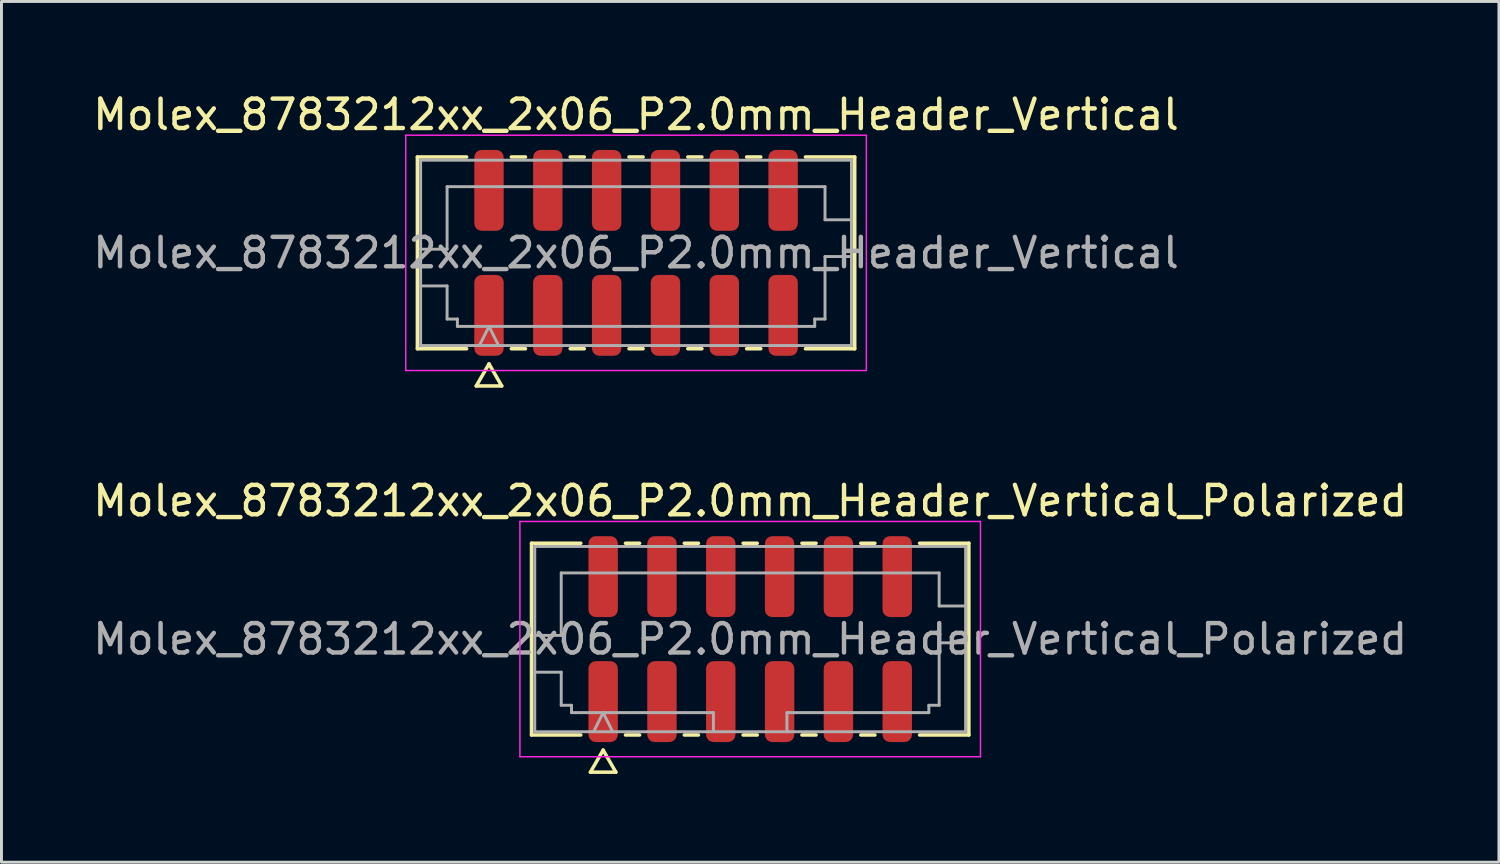
<source format=kicad_pcb>
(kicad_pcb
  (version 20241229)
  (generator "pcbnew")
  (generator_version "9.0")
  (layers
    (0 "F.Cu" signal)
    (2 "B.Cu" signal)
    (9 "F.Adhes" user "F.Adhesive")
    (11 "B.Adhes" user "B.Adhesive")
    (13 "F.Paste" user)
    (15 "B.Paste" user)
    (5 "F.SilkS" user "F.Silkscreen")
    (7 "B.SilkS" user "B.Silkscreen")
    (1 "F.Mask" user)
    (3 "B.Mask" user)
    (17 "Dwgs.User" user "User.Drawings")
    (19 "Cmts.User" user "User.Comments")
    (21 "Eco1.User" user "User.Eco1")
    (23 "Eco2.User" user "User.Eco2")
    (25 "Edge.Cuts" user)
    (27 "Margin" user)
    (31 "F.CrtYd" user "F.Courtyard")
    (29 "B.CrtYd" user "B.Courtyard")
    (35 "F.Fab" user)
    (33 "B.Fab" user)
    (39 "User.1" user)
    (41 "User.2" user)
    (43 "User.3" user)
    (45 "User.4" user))
  (footprint "Molex_8783212xx_2x06_P2.0mm_Header_Vertical"
    (layer "F.Cu")
    (at 18.577 5.548)
    (property "Reference" "Molex_8783212xx_2x06_P2.0mm_Header_Vertical" (at 0 -4.7 0) (layer "F.SilkS") (effects (font (size 1 1) (thickness 0.15))))
    (attr smd)
    (fp_line (start -7.435 -3.26) (end -5.76 -3.26) (stroke (width 0.12) (type solid)) (layer "F.SilkS"))
    (fp_line (start -7.435 3.26) (end -7.435 -3.26) (stroke (width 0.12) (type solid)) (layer "F.SilkS"))
    (fp_line (start -5.76 3.26) (end -7.435 3.26) (stroke (width 0.12) (type solid)) (layer "F.SilkS"))
    (fp_line (start -5.433 4.525) (end -5 3.775) (stroke (width 0.12) (type solid)) (layer "F.SilkS"))
    (fp_line (start -5 3.775) (end -4.567 4.525) (stroke (width 0.12) (type solid)) (layer "F.SilkS"))
    (fp_line (start -4.567 4.525) (end -5.433 4.525) (stroke (width 0.12) (type solid)) (layer "F.SilkS"))
    (fp_line (start -4.24 -3.26) (end -3.76 -3.26) (stroke (width 0.12) (type solid)) (layer "F.SilkS"))
    (fp_line (start -3.76 3.26) (end -4.24 3.26) (stroke (width 0.12) (type solid)) (layer "F.SilkS"))
    (fp_line (start -2.24 -3.26) (end -1.76 -3.26) (stroke (width 0.12) (type solid)) (layer "F.SilkS"))
    (fp_line (start -1.76 3.26) (end -2.24 3.26) (stroke (width 0.12) (type solid)) (layer "F.SilkS"))
    (fp_line (start -0.24 -3.26) (end 0.24 -3.26) (stroke (width 0.12) (type solid)) (layer "F.SilkS"))
    (fp_line (start 0.24 3.26) (end -0.24 3.26) (stroke (width 0.12) (type solid)) (layer "F.SilkS"))
    (fp_line (start 1.76 -3.26) (end 2.24 -3.26) (stroke (width 0.12) (type solid)) (layer "F.SilkS"))
    (fp_line (start 2.24 3.26) (end 1.76 3.26) (stroke (width 0.12) (type solid)) (layer "F.SilkS"))
    (fp_line (start 3.76 -3.26) (end 4.24 -3.26) (stroke (width 0.12) (type solid)) (layer "F.SilkS"))
    (fp_line (start 4.24 3.26) (end 3.76 3.26) (stroke (width 0.12) (type solid)) (layer "F.SilkS"))
    (fp_line (start 5.76 -3.26) (end 7.435 -3.26) (stroke (width 0.12) (type solid)) (layer "F.SilkS"))
    (fp_line (start 7.435 -3.26) (end 7.435 3.26) (stroke (width 0.12) (type solid)) (layer "F.SilkS"))
    (fp_line (start 7.435 3.26) (end 5.76 3.26) (stroke (width 0.12) (type solid)) (layer "F.SilkS"))
    (fp_line (start -7.83 -4) (end -7.83 4) (stroke (width 0.05) (type solid)) (layer "F.CrtYd"))
    (fp_line (start -7.83 4) (end 7.83 4) (stroke (width 0.05) (type solid)) (layer "F.CrtYd"))
    (fp_line (start 7.83 -4) (end -7.83 -4) (stroke (width 0.05) (type solid)) (layer "F.CrtYd"))
    (fp_line (start 7.83 4) (end 7.83 -4) (stroke (width 0.05) (type solid)) (layer "F.CrtYd"))
    (fp_line (start -7.325 -3.15) (end 7.325 -3.15) (stroke (width 0.1) (type solid)) (layer "F.Fab"))
    (fp_line (start -7.325 -0.125) (end -6.425 -0.125) (stroke (width 0.1) (type solid)) (layer "F.Fab"))
    (fp_line (start -7.325 1.125) (end -6.425 1.125) (stroke (width 0.1) (type solid)) (layer "F.Fab"))
    (fp_line (start -7.325 3.15) (end -7.325 -3.15) (stroke (width 0.1) (type solid)) (layer "F.Fab"))
    (fp_line (start -6.425 -2.25) (end 6.425 -2.25) (stroke (width 0.1) (type solid)) (layer "F.Fab"))
    (fp_line (start -6.425 -0.125) (end -6.425 -2.25) (stroke (width 0.1) (type solid)) (layer "F.Fab"))
    (fp_line (start -6.425 1.125) (end -6.425 2.25) (stroke (width 0.1) (type solid)) (layer "F.Fab"))
    (fp_line (start -6.425 2.25) (end -6.075 2.25) (stroke (width 0.1) (type solid)) (layer "F.Fab"))
    (fp_line (start -6.075 2.25) (end -6.075 2.5) (stroke (width 0.1) (type solid)) (layer "F.Fab"))
    (fp_line (start -6.075 2.5) (end 0 2.5) (stroke (width 0.1) (type solid)) (layer "F.Fab"))
    (fp_line (start -5.325 3.15) (end -5 2.5) (stroke (width 0.1) (type solid)) (layer "F.Fab"))
    (fp_line (start -5 2.5) (end -4.675 3.15) (stroke (width 0.1) (type solid)) (layer "F.Fab"))
    (fp_line (start 0 2.5) (end 6.075 2.5) (stroke (width 0.1) (type solid)) (layer "F.Fab"))
    (fp_line (start 6.075 2.25) (end 6.425 2.25) (stroke (width 0.1) (type solid)) (layer "F.Fab"))
    (fp_line (start 6.075 2.5) (end 6.075 2.25) (stroke (width 0.1) (type solid)) (layer "F.Fab"))
    (fp_line (start 6.425 -2.25) (end 6.425 -1.125) (stroke (width 0.1) (type solid)) (layer "F.Fab"))
    (fp_line (start 6.425 -1.125) (end 7.325 -1.125) (stroke (width 0.1) (type solid)) (layer "F.Fab"))
    (fp_line (start 6.425 0.125) (end 7.325 0.125) (stroke (width 0.1) (type solid)) (layer "F.Fab"))
    (fp_line (start 6.425 2.25) (end 6.425 0.125) (stroke (width 0.1) (type solid)) (layer "F.Fab"))
    (fp_line (start 7.325 -3.15) (end 7.325 3.15) (stroke (width 0.1) (type solid)) (layer "F.Fab"))
    (fp_line (start 7.325 3.15) (end -7.325 3.15) (stroke (width 0.1) (type solid)) (layer "F.Fab"))
    (fp_text user "${REFERENCE}" (at 0 0 0) (layer "F.Fab") (effects (font (size 1 1) (thickness 0.15))))
    (pad "1" smd roundrect (at -5 2.125) (size 1 2.75) (layers "F.Cu" "F.Mask" "F.Paste") (roundrect_rratio 0.25))
    (pad "2" smd roundrect (at -5 -2.125) (size 1 2.75) (layers "F.Cu" "F.Mask" "F.Paste") (roundrect_rratio 0.25))
    (pad "3" smd roundrect (at -3 2.125) (size 1 2.75) (layers "F.Cu" "F.Mask" "F.Paste") (roundrect_rratio 0.25))
    (pad "4" smd roundrect (at -3 -2.125) (size 1 2.75) (layers "F.Cu" "F.Mask" "F.Paste") (roundrect_rratio 0.25))
    (pad "5" smd roundrect (at -1 2.125) (size 1 2.75) (layers "F.Cu" "F.Mask" "F.Paste") (roundrect_rratio 0.25))
    (pad "6" smd roundrect (at -1 -2.125) (size 1 2.75) (layers "F.Cu" "F.Mask" "F.Paste") (roundrect_rratio 0.25))
    (pad "7" smd roundrect (at 1 2.125) (size 1 2.75) (layers "F.Cu" "F.Mask" "F.Paste") (roundrect_rratio 0.25))
    (pad "8" smd roundrect (at 1 -2.125) (size 1 2.75) (layers "F.Cu" "F.Mask" "F.Paste") (roundrect_rratio 0.25))
    (pad "9" smd roundrect (at 3 2.125) (size 1 2.75) (layers "F.Cu" "F.Mask" "F.Paste") (roundrect_rratio 0.25))
    (pad "10" smd roundrect (at 3 -2.125) (size 1 2.75) (layers "F.Cu" "F.Mask" "F.Paste") (roundrect_rratio 0.25))
    (pad "11" smd roundrect (at 5 2.125) (size 1 2.75) (layers "F.Cu" "F.Mask" "F.Paste") (roundrect_rratio 0.25))
    (pad "12" smd roundrect (at 5 -2.125) (size 1 2.75) (layers "F.Cu" "F.Mask" "F.Paste") (roundrect_rratio 0.25)))
  (footprint "Molex_8783212xx_2x06_P2.0mm_Header_Vertical_Polarized"
    (layer "F.Cu")
    (at 22.458 18.681)
    (property "Reference" "Molex_8783212xx_2x06_P2.0mm_Header_Vertical_Polarized" (at 0 -4.7 0) (layer "F.SilkS") (effects (font (size 1 1) (thickness 0.15))))
    (attr smd)
    (fp_line (start -7.435 -3.26) (end -5.76 -3.26) (stroke (width 0.12) (type solid)) (layer "F.SilkS"))
    (fp_line (start -7.435 3.26) (end -7.435 -3.26) (stroke (width 0.12) (type solid)) (layer "F.SilkS"))
    (fp_line (start -5.76 3.26) (end -7.435 3.26) (stroke (width 0.12) (type solid)) (layer "F.SilkS"))
    (fp_line (start -5.433 4.525) (end -5 3.775) (stroke (width 0.12) (type solid)) (layer "F.SilkS"))
    (fp_line (start -5 3.775) (end -4.567 4.525) (stroke (width 0.12) (type solid)) (layer "F.SilkS"))
    (fp_line (start -4.567 4.525) (end -5.433 4.525) (stroke (width 0.12) (type solid)) (layer "F.SilkS"))
    (fp_line (start -4.24 -3.26) (end -3.76 -3.26) (stroke (width 0.12) (type solid)) (layer "F.SilkS"))
    (fp_line (start -3.76 3.26) (end -4.24 3.26) (stroke (width 0.12) (type solid)) (layer "F.SilkS"))
    (fp_line (start -2.24 -3.26) (end -1.76 -3.26) (stroke (width 0.12) (type solid)) (layer "F.SilkS"))
    (fp_line (start -1.76 3.26) (end -2.24 3.26) (stroke (width 0.12) (type solid)) (layer "F.SilkS"))
    (fp_line (start -0.24 -3.26) (end 0.24 -3.26) (stroke (width 0.12) (type solid)) (layer "F.SilkS"))
    (fp_line (start 0.24 3.26) (end -0.24 3.26) (stroke (width 0.12) (type solid)) (layer "F.SilkS"))
    (fp_line (start 1.76 -3.26) (end 2.24 -3.26) (stroke (width 0.12) (type solid)) (layer "F.SilkS"))
    (fp_line (start 2.24 3.26) (end 1.76 3.26) (stroke (width 0.12) (type solid)) (layer "F.SilkS"))
    (fp_line (start 3.76 -3.26) (end 4.24 -3.26) (stroke (width 0.12) (type solid)) (layer "F.SilkS"))
    (fp_line (start 4.24 3.26) (end 3.76 3.26) (stroke (width 0.12) (type solid)) (layer "F.SilkS"))
    (fp_line (start 5.76 -3.26) (end 7.435 -3.26) (stroke (width 0.12) (type solid)) (layer "F.SilkS"))
    (fp_line (start 7.435 -3.26) (end 7.435 3.26) (stroke (width 0.12) (type solid)) (layer "F.SilkS"))
    (fp_line (start 7.435 3.26) (end 5.76 3.26) (stroke (width 0.12) (type solid)) (layer "F.SilkS"))
    (fp_line (start -7.83 -4) (end -7.83 4) (stroke (width 0.05) (type solid)) (layer "F.CrtYd"))
    (fp_line (start -7.83 4) (end 7.83 4) (stroke (width 0.05) (type solid)) (layer "F.CrtYd"))
    (fp_line (start 7.83 -4) (end -7.83 -4) (stroke (width 0.05) (type solid)) (layer "F.CrtYd"))
    (fp_line (start 7.83 4) (end 7.83 -4) (stroke (width 0.05) (type solid)) (layer "F.CrtYd"))
    (fp_line (start -7.325 -3.15) (end 7.325 -3.15) (stroke (width 0.1) (type solid)) (layer "F.Fab"))
    (fp_line (start -7.325 -0.125) (end -6.425 -0.125) (stroke (width 0.1) (type solid)) (layer "F.Fab"))
    (fp_line (start -7.325 1.125) (end -6.425 1.125) (stroke (width 0.1) (type solid)) (layer "F.Fab"))
    (fp_line (start -7.325 3.15) (end -7.325 -3.15) (stroke (width 0.1) (type solid)) (layer "F.Fab"))
    (fp_line (start -6.425 -2.25) (end 6.425 -2.25) (stroke (width 0.1) (type solid)) (layer "F.Fab"))
    (fp_line (start -6.425 -0.125) (end -6.425 -2.25) (stroke (width 0.1) (type solid)) (layer "F.Fab"))
    (fp_line (start -6.425 1.125) (end -6.425 2.25) (stroke (width 0.1) (type solid)) (layer "F.Fab"))
    (fp_line (start -6.425 2.25) (end -6.075 2.25) (stroke (width 0.1) (type solid)) (layer "F.Fab"))
    (fp_line (start -6.075 2.25) (end -6.075 2.5) (stroke (width 0.1) (type solid)) (layer "F.Fab"))
    (fp_line (start -6.075 2.5) (end -1.25 2.5) (stroke (width 0.1) (type solid)) (layer "F.Fab"))
    (fp_line (start -5.325 3.15) (end -5 2.5) (stroke (width 0.1) (type solid)) (layer "F.Fab"))
    (fp_line (start -5 2.5) (end -4.675 3.15) (stroke (width 0.1) (type solid)) (layer "F.Fab"))
    (fp_line (start -1.25 2.5) (end -1.25 3.15) (stroke (width 0.1) (type solid)) (layer "F.Fab"))
    (fp_line (start 1.25 2.5) (end 1.25 3.15) (stroke (width 0.1) (type solid)) (layer "F.Fab"))
    (fp_line (start 1.25 2.5) (end 6.075 2.5) (stroke (width 0.1) (type solid)) (layer "F.Fab"))
    (fp_line (start 6.075 2.25) (end 6.425 2.25) (stroke (width 0.1) (type solid)) (layer "F.Fab"))
    (fp_line (start 6.075 2.5) (end 6.075 2.25) (stroke (width 0.1) (type solid)) (layer "F.Fab"))
    (fp_line (start 6.425 -2.25) (end 6.425 -1.125) (stroke (width 0.1) (type solid)) (layer "F.Fab"))
    (fp_line (start 6.425 -1.125) (end 7.325 -1.125) (stroke (width 0.1) (type solid)) (layer "F.Fab"))
    (fp_line (start 6.425 0.125) (end 7.325 0.125) (stroke (width 0.1) (type solid)) (layer "F.Fab"))
    (fp_line (start 6.425 2.25) (end 6.425 0.125) (stroke (width 0.1) (type solid)) (layer "F.Fab"))
    (fp_line (start 7.325 -3.15) (end 7.325 3.15) (stroke (width 0.1) (type solid)) (layer "F.Fab"))
    (fp_line (start 7.325 3.15) (end -7.325 3.15) (stroke (width 0.1) (type solid)) (layer "F.Fab"))
    (fp_text user "${REFERENCE}" (at 0 0 0) (layer "F.Fab") (effects (font (size 1 1) (thickness 0.15))))
    (pad "1" smd roundrect (at -5 2.125) (size 1 2.75) (layers "F.Cu" "F.Mask" "F.Paste") (roundrect_rratio 0.25))
    (pad "2" smd roundrect (at -5 -2.125) (size 1 2.75) (layers "F.Cu" "F.Mask" "F.Paste") (roundrect_rratio 0.25))
    (pad "3" smd roundrect (at -3 2.125) (size 1 2.75) (layers "F.Cu" "F.Mask" "F.Paste") (roundrect_rratio 0.25))
    (pad "4" smd roundrect (at -3 -2.125) (size 1 2.75) (layers "F.Cu" "F.Mask" "F.Paste") (roundrect_rratio 0.25))
    (pad "5" smd roundrect (at -1 2.125) (size 1 2.75) (layers "F.Cu" "F.Mask" "F.Paste") (roundrect_rratio 0.25))
    (pad "6" smd roundrect (at -1 -2.125) (size 1 2.75) (layers "F.Cu" "F.Mask" "F.Paste") (roundrect_rratio 0.25))
    (pad "7" smd roundrect (at 1 2.125) (size 1 2.75) (layers "F.Cu" "F.Mask" "F.Paste") (roundrect_rratio 0.25))
    (pad "8" smd roundrect (at 1 -2.125) (size 1 2.75) (layers "F.Cu" "F.Mask" "F.Paste") (roundrect_rratio 0.25))
    (pad "9" smd roundrect (at 3 2.125) (size 1 2.75) (layers "F.Cu" "F.Mask" "F.Paste") (roundrect_rratio 0.25))
    (pad "10" smd roundrect (at 3 -2.125) (size 1 2.75) (layers "F.Cu" "F.Mask" "F.Paste") (roundrect_rratio 0.25))
    (pad "11" smd roundrect (at 5 2.125) (size 1 2.75) (layers "F.Cu" "F.Mask" "F.Paste") (roundrect_rratio 0.25))
    (pad "12" smd roundrect (at 5 -2.125) (size 1 2.75) (layers "F.Cu" "F.Mask" "F.Paste") (roundrect_rratio 0.25)))
  (gr_rect
    (start -3 -3)
    (end 47.917 26.267)
    (stroke (width 0.1) (type default))
    (fill no)
    (layer "Edge.Cuts")))
</source>
